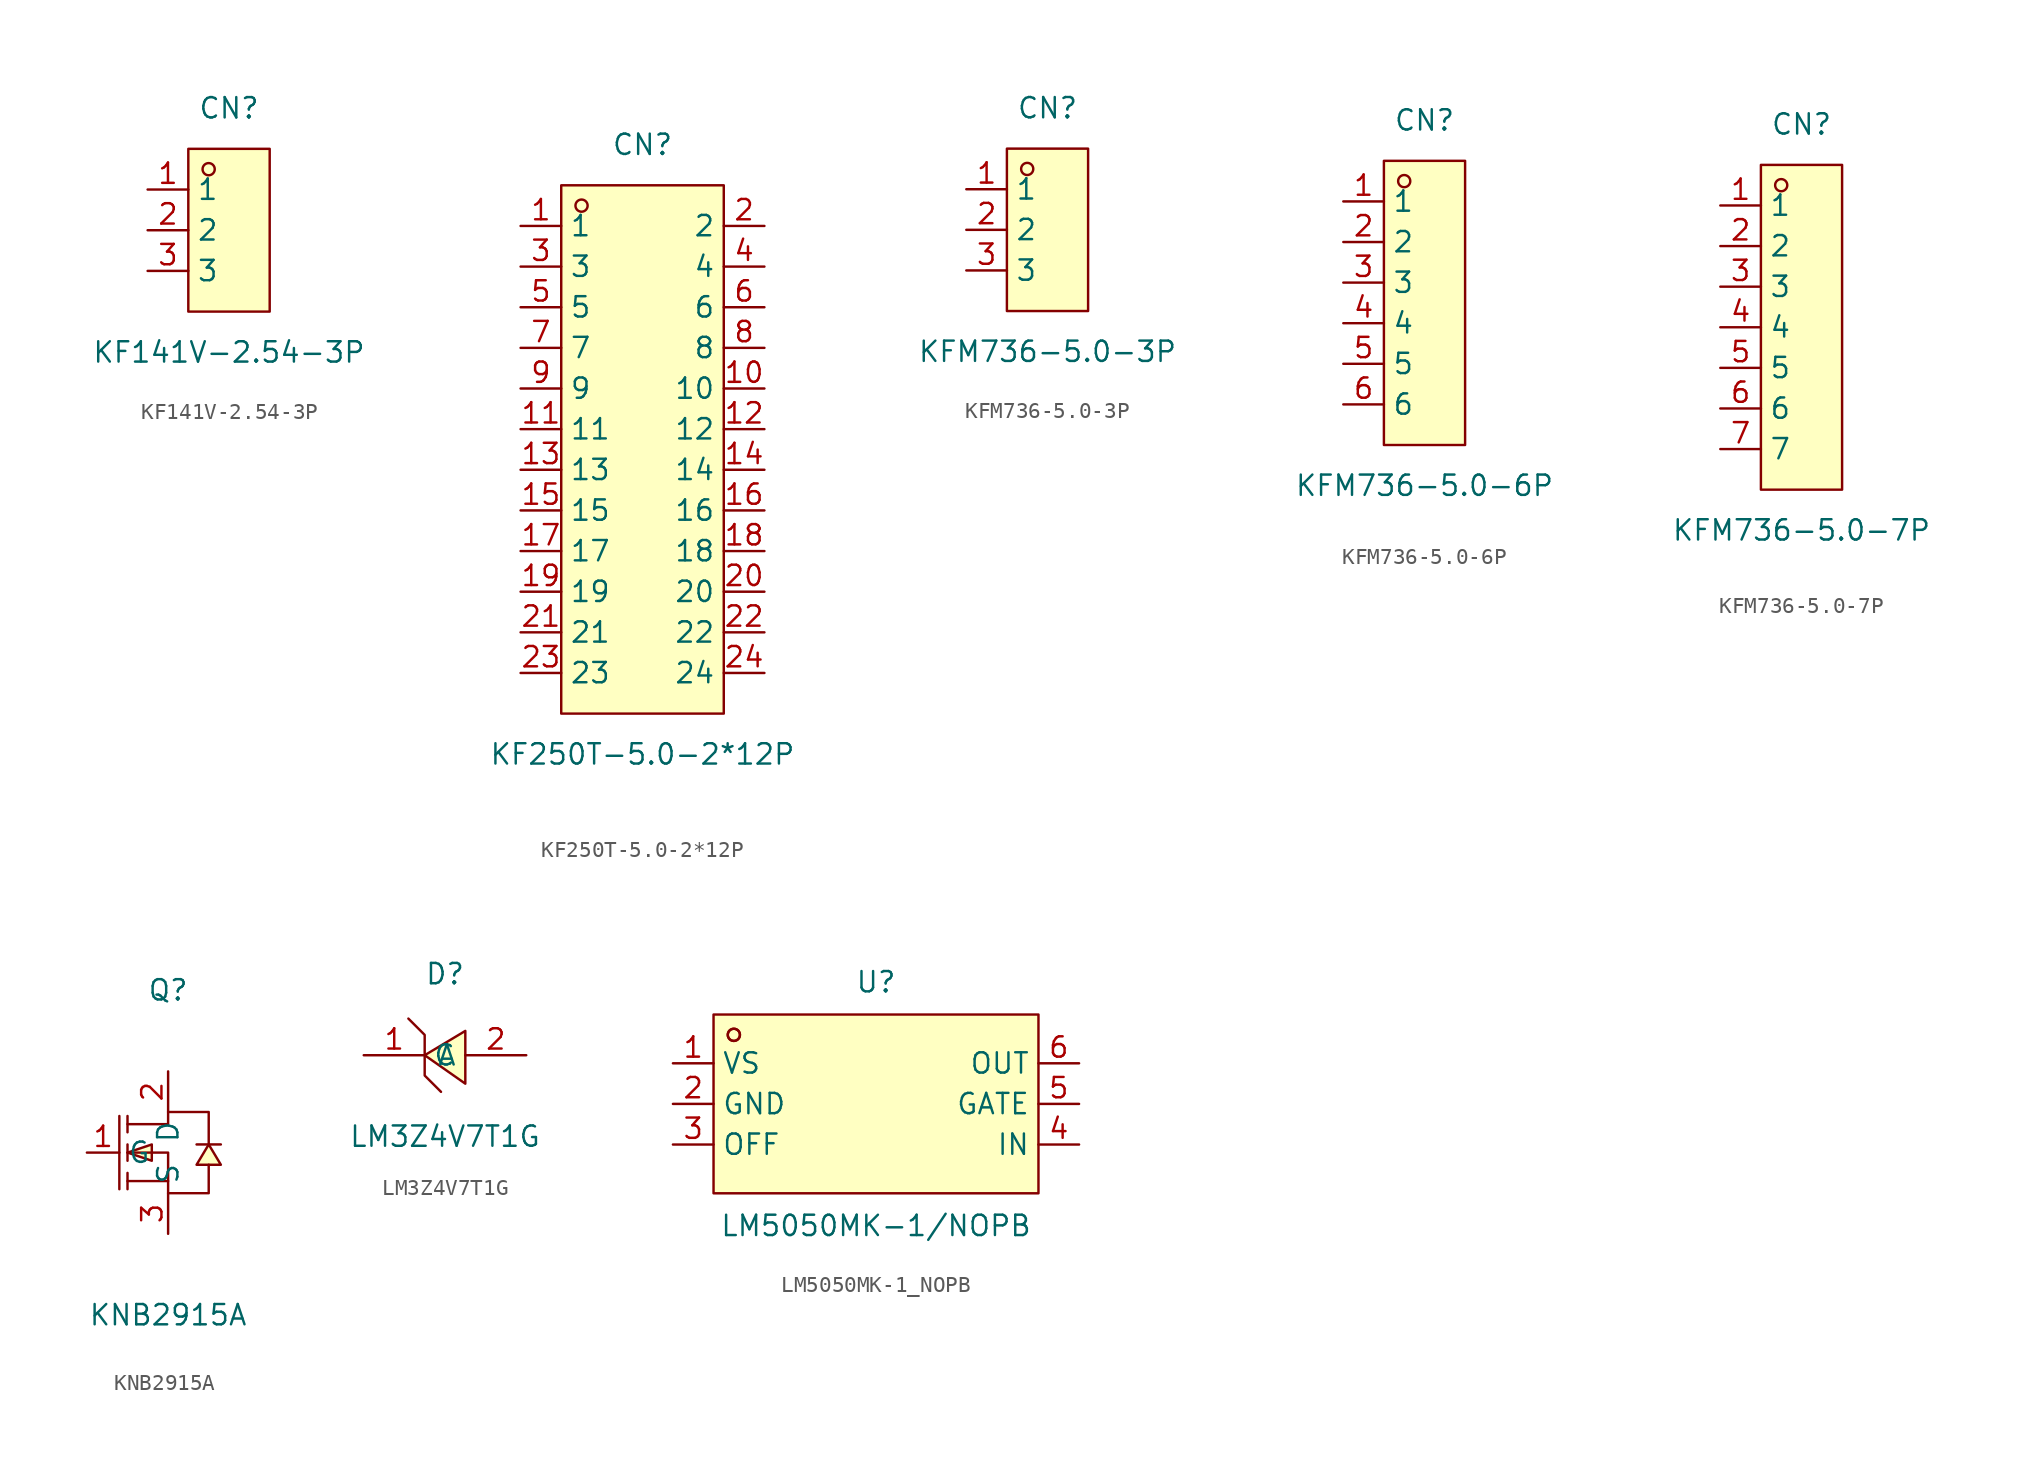
<source format=kicad_sym>
(kicad_symbol_lib
  (version 20231120)
  (generator "kicad_symbol_editor")
  (generator_version "8.0")
  (symbol "KF141V-2.54-3P"
    (property "Reference" "CN"
      (at 0 7.62 0)
      (effects (font (size 1.27 1.27))))
    (property "Value" "KF141V-2.54-3P"
      (at 0 -7.62 0)
      (effects (font (size 1.27 1.27))))
    (symbol "KF141V-2.54-3P_0_1"
      (rectangle (start -2.54 5.08) (end 2.54 -5.08) (stroke (width 0) (type default)) (fill (type background)))
      (circle (center -1.27 3.81) (radius 0.38) (stroke (width 0) (type default)) (fill (type none)))
      (pin unspecified line (at -5.08 2.54 0) (length 2.54) (name "1" (effects (font (size 1.27 1.27)))) (number "1" (effects (font (size 1.27 1.27)))))
      (pin unspecified line (at -5.08 0 0) (length 2.54) (name "2" (effects (font (size 1.27 1.27)))) (number "2" (effects (font (size 1.27 1.27)))))
      (pin unspecified line (at -5.08 -2.54 0) (length 2.54) (name "3" (effects (font (size 1.27 1.27)))) (number "3" (effects (font (size 1.27 1.27)))))))
  (symbol "KF250T-5.0-2*12P"
    (property "Reference" "CN"
      (at 0 19.05 0)
      (effects (font (size 1.27 1.27))))
    (property "Value" "KF250T-5.0-2*12P"
      (at 0 -19.05 0)
      (effects (font (size 1.27 1.27))))
    (symbol "KF250T-5.0-2*12P_0_1"
      (rectangle (start -5.08 16.51) (end 5.08 -16.51) (stroke (width 0) (type default)) (fill (type background)))
      (circle (center -3.81 15.24) (radius 0.38) (stroke (width 0) (type default)) (fill (type none)))
      (pin unspecified line (at -7.62 13.97 0) (length 2.54) (name "1" (effects (font (size 1.27 1.27)))) (number "1" (effects (font (size 1.27 1.27)))))
      (pin unspecified line (at 7.62 3.81 180) (length 2.54) (name "10" (effects (font (size 1.27 1.27)))) (number "10" (effects (font (size 1.27 1.27)))))
      (pin unspecified line (at -7.62 1.27 0) (length 2.54) (name "11" (effects (font (size 1.27 1.27)))) (number "11" (effects (font (size 1.27 1.27)))))
      (pin unspecified line (at 7.62 1.27 180) (length 2.54) (name "12" (effects (font (size 1.27 1.27)))) (number "12" (effects (font (size 1.27 1.27)))))
      (pin unspecified line (at -7.62 -1.27 0) (length 2.54) (name "13" (effects (font (size 1.27 1.27)))) (number "13" (effects (font (size 1.27 1.27)))))
      (pin unspecified line (at 7.62 -1.27 180) (length 2.54) (name "14" (effects (font (size 1.27 1.27)))) (number "14" (effects (font (size 1.27 1.27)))))
      (pin unspecified line (at -7.62 -3.81 0) (length 2.54) (name "15" (effects (font (size 1.27 1.27)))) (number "15" (effects (font (size 1.27 1.27)))))
      (pin unspecified line (at 7.62 -3.81 180) (length 2.54) (name "16" (effects (font (size 1.27 1.27)))) (number "16" (effects (font (size 1.27 1.27)))))
      (pin unspecified line (at -7.62 -6.35 0) (length 2.54) (name "17" (effects (font (size 1.27 1.27)))) (number "17" (effects (font (size 1.27 1.27)))))
      (pin unspecified line (at 7.62 -6.35 180) (length 2.54) (name "18" (effects (font (size 1.27 1.27)))) (number "18" (effects (font (size 1.27 1.27)))))
      (pin unspecified line (at -7.62 -8.89 0) (length 2.54) (name "19" (effects (font (size 1.27 1.27)))) (number "19" (effects (font (size 1.27 1.27)))))
      (pin unspecified line (at 7.62 13.97 180) (length 2.54) (name "2" (effects (font (size 1.27 1.27)))) (number "2" (effects (font (size 1.27 1.27)))))
      (pin unspecified line (at 7.62 -8.89 180) (length 2.54) (name "20" (effects (font (size 1.27 1.27)))) (number "20" (effects (font (size 1.27 1.27)))))
      (pin unspecified line (at -7.62 -11.43 0) (length 2.54) (name "21" (effects (font (size 1.27 1.27)))) (number "21" (effects (font (size 1.27 1.27)))))
      (pin unspecified line (at 7.62 -11.43 180) (length 2.54) (name "22" (effects (font (size 1.27 1.27)))) (number "22" (effects (font (size 1.27 1.27)))))
      (pin unspecified line (at -7.62 -13.97 0) (length 2.54) (name "23" (effects (font (size 1.27 1.27)))) (number "23" (effects (font (size 1.27 1.27)))))
      (pin unspecified line (at 7.62 -13.97 180) (length 2.54) (name "24" (effects (font (size 1.27 1.27)))) (number "24" (effects (font (size 1.27 1.27)))))
      (pin unspecified line (at -7.62 11.43 0) (length 2.54) (name "3" (effects (font (size 1.27 1.27)))) (number "3" (effects (font (size 1.27 1.27)))))
      (pin unspecified line (at 7.62 11.43 180) (length 2.54) (name "4" (effects (font (size 1.27 1.27)))) (number "4" (effects (font (size 1.27 1.27)))))
      (pin unspecified line (at -7.62 8.89 0) (length 2.54) (name "5" (effects (font (size 1.27 1.27)))) (number "5" (effects (font (size 1.27 1.27)))))
      (pin unspecified line (at 7.62 8.89 180) (length 2.54) (name "6" (effects (font (size 1.27 1.27)))) (number "6" (effects (font (size 1.27 1.27)))))
      (pin unspecified line (at -7.62 6.35 0) (length 2.54) (name "7" (effects (font (size 1.27 1.27)))) (number "7" (effects (font (size 1.27 1.27)))))
      (pin unspecified line (at 7.62 6.35 180) (length 2.54) (name "8" (effects (font (size 1.27 1.27)))) (number "8" (effects (font (size 1.27 1.27)))))
      (pin unspecified line (at -7.62 3.81 0) (length 2.54) (name "9" (effects (font (size 1.27 1.27)))) (number "9" (effects (font (size 1.27 1.27)))))))
  (symbol "KFM736-5.0-3P"
    (property "Reference" "CN"
      (at 0 7.62 0)
      (effects (font (size 1.27 1.27))))
    (property "Value" "KFM736-5.0-3P"
      (at 0 -7.62 0)
      (effects (font (size 1.27 1.27))))
    (symbol "KFM736-5.0-3P_0_1"
      (rectangle (start -2.54 5.08) (end 2.54 -5.08) (stroke (width 0) (type default)) (fill (type background)))
      (circle (center -1.27 3.81) (radius 0.38) (stroke (width 0) (type default)) (fill (type none)))
      (pin unspecified line (at -5.08 2.54 0) (length 2.54) (name "1" (effects (font (size 1.27 1.27)))) (number "1" (effects (font (size 1.27 1.27)))))
      (pin unspecified line (at -5.08 0 0) (length 2.54) (name "2" (effects (font (size 1.27 1.27)))) (number "2" (effects (font (size 1.27 1.27)))))
      (pin unspecified line (at -5.08 -2.54 0) (length 2.54) (name "3" (effects (font (size 1.27 1.27)))) (number "3" (effects (font (size 1.27 1.27)))))))
  (symbol "KFM736-5.0-6P"
    (property "Reference" "CN"
      (at 0 11.43 0)
      (effects (font (size 1.27 1.27))))
    (property "Value" "KFM736-5.0-6P"
      (at 0 -11.43 0)
      (effects (font (size 1.27 1.27))))
    (symbol "KFM736-5.0-6P_0_1"
      (rectangle (start -2.54 8.89) (end 2.54 -8.89) (stroke (width 0) (type default)) (fill (type background)))
      (circle (center -1.27 7.62) (radius 0.38) (stroke (width 0) (type default)) (fill (type none)))
      (pin unspecified line (at -5.08 6.35 0) (length 2.54) (name "1" (effects (font (size 1.27 1.27)))) (number "1" (effects (font (size 1.27 1.27)))))
      (pin unspecified line (at -5.08 3.81 0) (length 2.54) (name "2" (effects (font (size 1.27 1.27)))) (number "2" (effects (font (size 1.27 1.27)))))
      (pin unspecified line (at -5.08 1.27 0) (length 2.54) (name "3" (effects (font (size 1.27 1.27)))) (number "3" (effects (font (size 1.27 1.27)))))
      (pin unspecified line (at -5.08 -1.27 0) (length 2.54) (name "4" (effects (font (size 1.27 1.27)))) (number "4" (effects (font (size 1.27 1.27)))))
      (pin unspecified line (at -5.08 -3.81 0) (length 2.54) (name "5" (effects (font (size 1.27 1.27)))) (number "5" (effects (font (size 1.27 1.27)))))
      (pin unspecified line (at -5.08 -6.35 0) (length 2.54) (name "6" (effects (font (size 1.27 1.27)))) (number "6" (effects (font (size 1.27 1.27)))))))
  (symbol "KFM736-5.0-7P"
    (property "Reference" "CN"
      (at 0 12.7 0)
      (effects (font (size 1.27 1.27))))
    (property "Value" "KFM736-5.0-7P"
      (at 0 -12.7 0)
      (effects (font (size 1.27 1.27))))
    (symbol "KFM736-5.0-7P_0_1"
      (rectangle (start -2.54 10.16) (end 2.54 -10.16) (stroke (width 0) (type default)) (fill (type background)))
      (circle (center -1.27 8.89) (radius 0.38) (stroke (width 0) (type default)) (fill (type none)))
      (pin unspecified line (at -5.08 7.62 0) (length 2.54) (name "1" (effects (font (size 1.27 1.27)))) (number "1" (effects (font (size 1.27 1.27)))))
      (pin unspecified line (at -5.08 5.08 0) (length 2.54) (name "2" (effects (font (size 1.27 1.27)))) (number "2" (effects (font (size 1.27 1.27)))))
      (pin unspecified line (at -5.08 2.54 0) (length 2.54) (name "3" (effects (font (size 1.27 1.27)))) (number "3" (effects (font (size 1.27 1.27)))))
      (pin unspecified line (at -5.08 0 0) (length 2.54) (name "4" (effects (font (size 1.27 1.27)))) (number "4" (effects (font (size 1.27 1.27)))))
      (pin unspecified line (at -5.08 -2.54 0) (length 2.54) (name "5" (effects (font (size 1.27 1.27)))) (number "5" (effects (font (size 1.27 1.27)))))
      (pin unspecified line (at -5.08 -5.08 0) (length 2.54) (name "6" (effects (font (size 1.27 1.27)))) (number "6" (effects (font (size 1.27 1.27)))))
      (pin unspecified line (at -5.08 -7.62 0) (length 2.54) (name "7" (effects (font (size 1.27 1.27)))) (number "7" (effects (font (size 1.27 1.27)))))))
  (symbol "KNB2915A"
    (property "Reference" "Q"
      (at 0 10.16 0)
      (effects (font (size 1.27 1.27))))
    (property "Value" "KNB2915A"
      (at 0 -10.16 0)
      (effects (font (size 1.27 1.27))))
    (symbol "KNB2915A_0_1"
      (polyline (pts (xy -3.05 2.29) (xy -3.05 -2.29)) (stroke (width 0) (type default)) (fill (type none)))
      (polyline (pts (xy -2.54 -2.29) (xy -2.54 -1.27)) (stroke (width 0) (type default)) (fill (type none)))
      (polyline (pts (xy -2.54 -0.51) (xy -2.54 0.51)) (stroke (width 0) (type default)) (fill (type none)))
      (polyline (pts (xy -2.54 2.29) (xy -2.54 1.27)) (stroke (width 0) (type default)) (fill (type none)))
      (polyline (pts (xy 0 -1.78) (xy -2.54 -1.78)) (stroke (width 0) (type default)) (fill (type none)))
      (polyline (pts (xy -2.54 0) (xy -1.02 -0.51) (xy -1.02 0.51) (xy -2.54 0)) (stroke (width 0) (type default)) (fill (type background)))
      (polyline (pts (xy 2.54 0.51) (xy 1.78 -0.76) (xy 3.3 -0.76) (xy 2.54 0.51)) (stroke (width 0) (type default)) (fill (type background)))
      (polyline (pts (xy 3.3 0.51) (xy 3.05 0.51) (xy 2.03 0.51) (xy 1.78 0.51)) (stroke (width 0) (type default)) (fill (type none)))
      (polyline (pts (xy -2.54 0) (xy 0 0) (xy 0 -2.54) (xy 2.54 -2.54) (xy 2.54 -0.76)) (stroke (width 0) (type default)) (fill (type none)))
      (polyline (pts (xy -2.54 1.78) (xy 0 1.78) (xy 0 2.54) (xy 2.54 2.54) (xy 2.54 0.51)) (stroke (width 0) (type default)) (fill (type none)))
      (pin unspecified line (at -5.08 0 0) (length 2.032) (name "G" (effects (font (size 1.27 1.27)))) (number "1" (effects (font (size 1.27 1.27)))))
      (pin unspecified line (at 0 5.08 270) (length 2.54) (name "D" (effects (font (size 1.27 1.27)))) (number "2" (effects (font (size 1.27 1.27)))))
      (pin unspecified line (at 0 -5.08 90) (length 2.54) (name "S" (effects (font (size 1.27 1.27)))) (number "3" (effects (font (size 1.27 1.27)))))))
  (symbol "LM3Z4V7T1G"
    (property "Reference" "D"
      (at 0 5.08 0)
      (effects (font (size 1.27 1.27))))
    (property "Value" "LM3Z4V7T1G"
      (at 0 -5.08 0)
      (effects (font (size 1.27 1.27))))
    (symbol "LM3Z4V7T1G_0_1"
      (polyline (pts (xy -2.29 2.29) (xy -1.27 1.27) (xy -1.27 -1.27) (xy -0.25 -2.29)) (stroke (width 0) (type default)) (fill (type none)))
      (polyline (pts (xy 1.27 1.52) (xy -1.27 0) (xy 1.27 -1.78) (xy 1.27 1.52)) (stroke (width 0) (type default)) (fill (type background)))
      (pin unspecified line (at -5.08 0 0) (length 3.81) (name "C" (effects (font (size 1.27 1.27)))) (number "1" (effects (font (size 1.27 1.27)))))
      (pin unspecified line (at 5.08 0 180) (length 3.81) (name "A" (effects (font (size 1.27 1.27)))) (number "2" (effects (font (size 1.27 1.27)))))))
  (symbol "LM5050MK-1_NOPB"
    (property "Reference" "U"
      (at 0 7.62 0)
      (effects (font (size 1.27 1.27))))
    (property "Value" "LM5050MK-1/NOPB"
      (at 0 -7.62 0)
      (effects (font (size 1.27 1.27))))
    (symbol "LM5050MK-1_NOPB_0_1"
      (rectangle (start -10.16 5.59) (end 10.16 -5.59) (stroke (width 0) (type default)) (fill (type background)))
      (circle (center -8.89 4.32) (radius 0.38) (stroke (width 0) (type default)) (fill (type none)))
      (circle (center -8.89 4.32) (radius 0.38) (stroke (width 0) (type default)) (fill (type none)))
      (pin unspecified line (at -12.7 2.54 0) (length 2.54) (name "VS" (effects (font (size 1.27 1.27)))) (number "1" (effects (font (size 1.27 1.27)))))
      (pin unspecified line (at -12.7 0 0) (length 2.54) (name "GND" (effects (font (size 1.27 1.27)))) (number "2" (effects (font (size 1.27 1.27)))))
      (pin unspecified line (at -12.7 -2.54 0) (length 2.54) (name "OFF" (effects (font (size 1.27 1.27)))) (number "3" (effects (font (size 1.27 1.27)))))
      (pin unspecified line (at 12.7 -2.54 180) (length 2.54) (name "IN" (effects (font (size 1.27 1.27)))) (number "4" (effects (font (size 1.27 1.27)))))
      (pin unspecified line (at 12.7 0 180) (length 2.54) (name "GATE" (effects (font (size 1.27 1.27)))) (number "5" (effects (font (size 1.27 1.27)))))
      (pin unspecified line (at 12.7 2.54 180) (length 2.54) (name "OUT" (effects (font (size 1.27 1.27)))) (number "6" (effects (font (size 1.27 1.27))))))))
</source>
